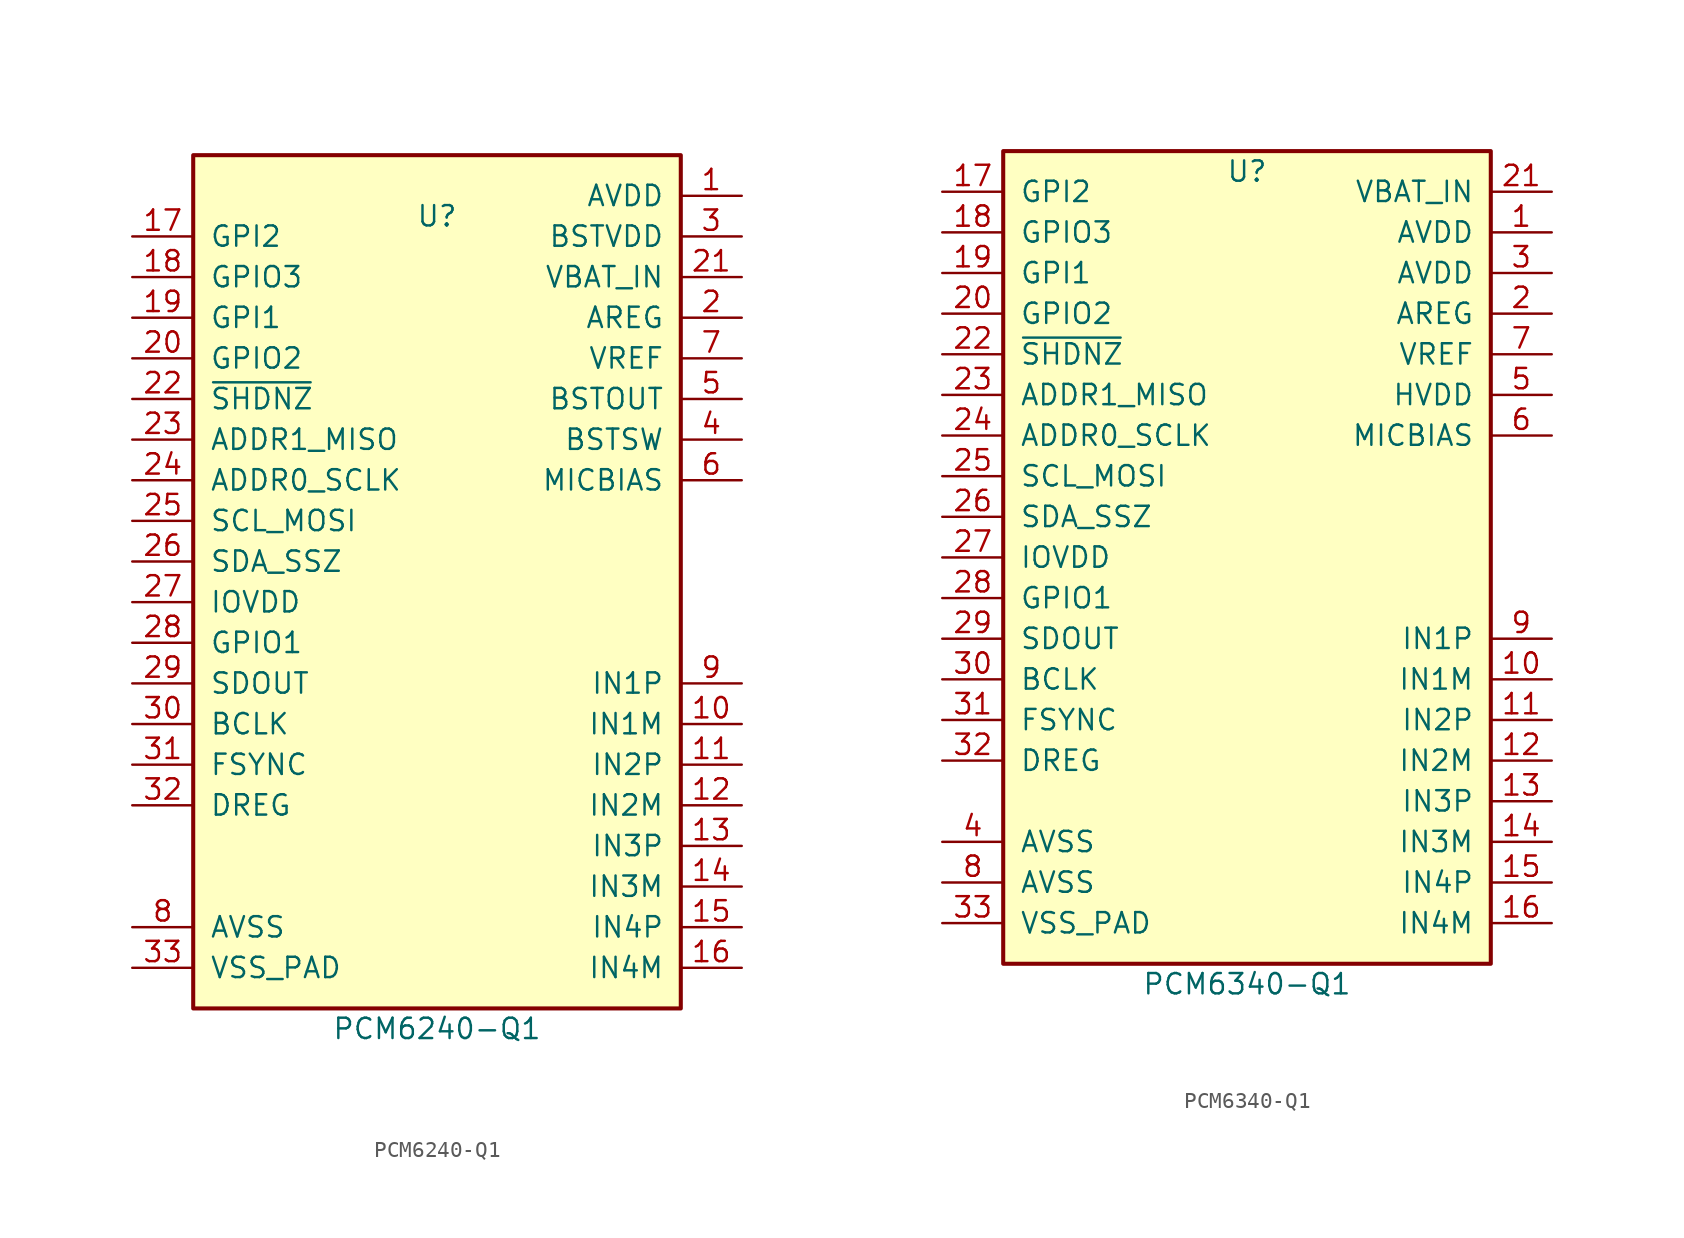
<source format=kicad_sym>
(kicad_symbol_lib
  (version 20211014)
  (generator kicad_symbol_editor)
  (symbol "PCM6240-Q1"
    (pin_names
      (offset 1.016))
    (property "Reference" "U"
      (at 0 -1.27 0)
      (effects (font (size 1.27 1.27))))
    (property "Value" "PCM6240-Q1"
      (at 0 -52.07 0)
      (effects (font (size 1.27 1.27))))
    (symbol "PCM6240-Q1_0_1"
      (rectangle (start -15.24 2.54) (end 15.24 -50.8) (stroke (width 0.254) (type default) (color 0 0 0 0)) (fill (type background))))
    (symbol "PCM6240-Q1_1_1"
      (pin power_in line (at 19.05 0 180) (length 3.81) (name "AVDD" (effects (font (size 1.27 1.27)))) (number "1" (effects (font (size 1.27 1.27)))))
      (pin input line (at 19.05 -33.02 180) (length 3.81) (name "IN1M" (effects (font (size 1.27 1.27)))) (number "10" (effects (font (size 1.27 1.27)))))
      (pin input line (at 19.05 -35.56 180) (length 3.81) (name "IN2P" (effects (font (size 1.27 1.27)))) (number "11" (effects (font (size 1.27 1.27)))))
      (pin input line (at 19.05 -38.1 180) (length 3.81) (name "IN2M" (effects (font (size 1.27 1.27)))) (number "12" (effects (font (size 1.27 1.27)))))
      (pin input line (at 19.05 -40.64 180) (length 3.81) (name "IN3P" (effects (font (size 1.27 1.27)))) (number "13" (effects (font (size 1.27 1.27)))))
      (pin input line (at 19.05 -43.18 180) (length 3.81) (name "IN3M" (effects (font (size 1.27 1.27)))) (number "14" (effects (font (size 1.27 1.27)))))
      (pin input line (at 19.05 -45.72 180) (length 3.81) (name "IN4P" (effects (font (size 1.27 1.27)))) (number "15" (effects (font (size 1.27 1.27)))))
      (pin input line (at 19.05 -48.26 180) (length 3.81) (name "IN4M" (effects (font (size 1.27 1.27)))) (number "16" (effects (font (size 1.27 1.27)))))
      (pin input line (at -19.05 -2.54 0) (length 3.81) (name "GPI2" (effects (font (size 1.27 1.27)))) (number "17" (effects (font (size 1.27 1.27)))))
      (pin bidirectional line (at -19.05 -5.08 0) (length 3.81) (name "GPIO3" (effects (font (size 1.27 1.27)))) (number "18" (effects (font (size 1.27 1.27)))))
      (pin input line (at -19.05 -7.62 0) (length 3.81) (name "GPI1" (effects (font (size 1.27 1.27)))) (number "19" (effects (font (size 1.27 1.27)))))
      (pin power_out line (at 19.05 -7.62 180) (length 3.81) (name "AREG" (effects (font (size 1.27 1.27)))) (number "2" (effects (font (size 1.27 1.27)))))
      (pin bidirectional line (at -19.05 -10.16 0) (length 3.81) (name "GPIO2" (effects (font (size 1.27 1.27)))) (number "20" (effects (font (size 1.27 1.27)))))
      (pin input line (at 19.05 -5.08 180) (length 3.81) (name "VBAT_IN" (effects (font (size 1.27 1.27)))) (number "21" (effects (font (size 1.27 1.27)))))
      (pin input line (at -19.05 -12.7 0) (length 3.81) (name "~{SHDNZ}" (effects (font (size 1.27 1.27)))) (number "22" (effects (font (size 1.27 1.27)))))
      (pin bidirectional line (at -19.05 -15.24 0) (length 3.81) (name "ADDR1_MISO" (effects (font (size 1.27 1.27)))) (number "23" (effects (font (size 1.27 1.27)))))
      (pin input line (at -19.05 -17.78 0) (length 3.81) (name "ADDR0_SCLK" (effects (font (size 1.27 1.27)))) (number "24" (effects (font (size 1.27 1.27)))))
      (pin input line (at -19.05 -20.32 0) (length 3.81) (name "SCL_MOSI" (effects (font (size 1.27 1.27)))) (number "25" (effects (font (size 1.27 1.27)))))
      (pin bidirectional line (at -19.05 -22.86 0) (length 3.81) (name "SDA_SSZ" (effects (font (size 1.27 1.27)))) (number "26" (effects (font (size 1.27 1.27)))))
      (pin power_in line (at -19.05 -25.4 0) (length 3.81) (name "IOVDD" (effects (font (size 1.27 1.27)))) (number "27" (effects (font (size 1.27 1.27)))))
      (pin bidirectional line (at -19.05 -27.94 0) (length 3.81) (name "GPIO1" (effects (font (size 1.27 1.27)))) (number "28" (effects (font (size 1.27 1.27)))))
      (pin output line (at -19.05 -30.48 0) (length 3.81) (name "SDOUT" (effects (font (size 1.27 1.27)))) (number "29" (effects (font (size 1.27 1.27)))))
      (pin power_in line (at 19.05 -2.54 180) (length 3.81) (name "BSTVDD" (effects (font (size 1.27 1.27)))) (number "3" (effects (font (size 1.27 1.27)))))
      (pin bidirectional line (at -19.05 -33.02 0) (length 3.81) (name "BCLK" (effects (font (size 1.27 1.27)))) (number "30" (effects (font (size 1.27 1.27)))))
      (pin bidirectional line (at -19.05 -35.56 0) (length 3.81) (name "FSYNC" (effects (font (size 1.27 1.27)))) (number "31" (effects (font (size 1.27 1.27)))))
      (pin passive line (at -19.05 -38.1 0) (length 3.81) (name "DREG" (effects (font (size 1.27 1.27)))) (number "32" (effects (font (size 1.27 1.27)))))
      (pin power_out line (at -19.05 -48.26 0) (length 3.81) (name "VSS_PAD" (effects (font (size 1.27 1.27)))) (number "33" (effects (font (size 1.27 1.27)))))
      (pin power_out line (at 19.05 -15.24 180) (length 3.81) (name "BSTSW" (effects (font (size 1.27 1.27)))) (number "4" (effects (font (size 1.27 1.27)))))
      (pin power_out line (at 19.05 -12.7 180) (length 3.81) (name "BSTOUT" (effects (font (size 1.27 1.27)))) (number "5" (effects (font (size 1.27 1.27)))))
      (pin power_out line (at 19.05 -17.78 180) (length 3.81) (name "MICBIAS" (effects (font (size 1.27 1.27)))) (number "6" (effects (font (size 1.27 1.27)))))
      (pin passive line (at 19.05 -10.16 180) (length 3.81) (name "VREF" (effects (font (size 1.27 1.27)))) (number "7" (effects (font (size 1.27 1.27)))))
      (pin power_out line (at -19.05 -45.72 0) (length 3.81) (name "AVSS" (effects (font (size 1.27 1.27)))) (number "8" (effects (font (size 1.27 1.27)))))
      (pin input line (at 19.05 -30.48 180) (length 3.81) (name "IN1P" (effects (font (size 1.27 1.27)))) (number "9" (effects (font (size 1.27 1.27)))))))
  (symbol "PCM6340-Q1"
    (pin_names
      (offset 1.016))
    (property "Reference" "U"
      (at 0 -1.27 0)
      (effects (font (size 1.27 1.27))))
    (property "Value" "PCM6340-Q1"
      (at 0 -52.07 0)
      (effects (font (size 1.27 1.27))))
    (symbol "PCM6340-Q1_0_1"
      (rectangle (start -15.24 0) (end 15.24 -50.8) (stroke (width 0.254) (type default) (color 0 0 0 0)) (fill (type background))))
    (symbol "PCM6340-Q1_1_1"
      (pin power_in line (at 19.05 -5.08 180) (length 3.81) (name "AVDD" (effects (font (size 1.27 1.27)))) (number "1" (effects (font (size 1.27 1.27)))))
      (pin input line (at 19.05 -33.02 180) (length 3.81) (name "IN1M" (effects (font (size 1.27 1.27)))) (number "10" (effects (font (size 1.27 1.27)))))
      (pin input line (at 19.05 -35.56 180) (length 3.81) (name "IN2P" (effects (font (size 1.27 1.27)))) (number "11" (effects (font (size 1.27 1.27)))))
      (pin input line (at 19.05 -38.1 180) (length 3.81) (name "IN2M" (effects (font (size 1.27 1.27)))) (number "12" (effects (font (size 1.27 1.27)))))
      (pin input line (at 19.05 -40.64 180) (length 3.81) (name "IN3P" (effects (font (size 1.27 1.27)))) (number "13" (effects (font (size 1.27 1.27)))))
      (pin input line (at 19.05 -43.18 180) (length 3.81) (name "IN3M" (effects (font (size 1.27 1.27)))) (number "14" (effects (font (size 1.27 1.27)))))
      (pin input line (at 19.05 -45.72 180) (length 3.81) (name "IN4P" (effects (font (size 1.27 1.27)))) (number "15" (effects (font (size 1.27 1.27)))))
      (pin input line (at 19.05 -48.26 180) (length 3.81) (name "IN4M" (effects (font (size 1.27 1.27)))) (number "16" (effects (font (size 1.27 1.27)))))
      (pin input line (at -19.05 -2.54 0) (length 3.81) (name "GPI2" (effects (font (size 1.27 1.27)))) (number "17" (effects (font (size 1.27 1.27)))))
      (pin bidirectional line (at -19.05 -5.08 0) (length 3.81) (name "GPIO3" (effects (font (size 1.27 1.27)))) (number "18" (effects (font (size 1.27 1.27)))))
      (pin input line (at -19.05 -7.62 0) (length 3.81) (name "GPI1" (effects (font (size 1.27 1.27)))) (number "19" (effects (font (size 1.27 1.27)))))
      (pin power_out line (at 19.05 -10.16 180) (length 3.81) (name "AREG" (effects (font (size 1.27 1.27)))) (number "2" (effects (font (size 1.27 1.27)))))
      (pin bidirectional line (at -19.05 -10.16 0) (length 3.81) (name "GPIO2" (effects (font (size 1.27 1.27)))) (number "20" (effects (font (size 1.27 1.27)))))
      (pin input line (at 19.05 -2.54 180) (length 3.81) (name "VBAT_IN" (effects (font (size 1.27 1.27)))) (number "21" (effects (font (size 1.27 1.27)))))
      (pin input line (at -19.05 -12.7 0) (length 3.81) (name "~{SHDNZ}" (effects (font (size 1.27 1.27)))) (number "22" (effects (font (size 1.27 1.27)))))
      (pin bidirectional line (at -19.05 -15.24 0) (length 3.81) (name "ADDR1_MISO" (effects (font (size 1.27 1.27)))) (number "23" (effects (font (size 1.27 1.27)))))
      (pin input line (at -19.05 -17.78 0) (length 3.81) (name "ADDR0_SCLK" (effects (font (size 1.27 1.27)))) (number "24" (effects (font (size 1.27 1.27)))))
      (pin input line (at -19.05 -20.32 0) (length 3.81) (name "SCL_MOSI" (effects (font (size 1.27 1.27)))) (number "25" (effects (font (size 1.27 1.27)))))
      (pin bidirectional line (at -19.05 -22.86 0) (length 3.81) (name "SDA_SSZ" (effects (font (size 1.27 1.27)))) (number "26" (effects (font (size 1.27 1.27)))))
      (pin power_in line (at -19.05 -25.4 0) (length 3.81) (name "IOVDD" (effects (font (size 1.27 1.27)))) (number "27" (effects (font (size 1.27 1.27)))))
      (pin bidirectional line (at -19.05 -27.94 0) (length 3.81) (name "GPIO1" (effects (font (size 1.27 1.27)))) (number "28" (effects (font (size 1.27 1.27)))))
      (pin output line (at -19.05 -30.48 0) (length 3.81) (name "SDOUT" (effects (font (size 1.27 1.27)))) (number "29" (effects (font (size 1.27 1.27)))))
      (pin power_in line (at 19.05 -7.62 180) (length 3.81) (name "AVDD" (effects (font (size 1.27 1.27)))) (number "3" (effects (font (size 1.27 1.27)))))
      (pin bidirectional line (at -19.05 -33.02 0) (length 3.81) (name "BCLK" (effects (font (size 1.27 1.27)))) (number "30" (effects (font (size 1.27 1.27)))))
      (pin bidirectional line (at -19.05 -35.56 0) (length 3.81) (name "FSYNC" (effects (font (size 1.27 1.27)))) (number "31" (effects (font (size 1.27 1.27)))))
      (pin passive line (at -19.05 -38.1 0) (length 3.81) (name "DREG" (effects (font (size 1.27 1.27)))) (number "32" (effects (font (size 1.27 1.27)))))
      (pin power_out line (at -19.05 -48.26 0) (length 3.81) (name "VSS_PAD" (effects (font (size 1.27 1.27)))) (number "33" (effects (font (size 1.27 1.27)))))
      (pin power_out line (at -19.05 -43.18 0) (length 3.81) (name "AVSS" (effects (font (size 1.27 1.27)))) (number "4" (effects (font (size 1.27 1.27)))))
      (pin input line (at 19.05 -15.24 180) (length 3.81) (name "HVDD" (effects (font (size 1.27 1.27)))) (number "5" (effects (font (size 1.27 1.27)))))
      (pin power_out line (at 19.05 -17.78 180) (length 3.81) (name "MICBIAS" (effects (font (size 1.27 1.27)))) (number "6" (effects (font (size 1.27 1.27)))))
      (pin passive line (at 19.05 -12.7 180) (length 3.81) (name "VREF" (effects (font (size 1.27 1.27)))) (number "7" (effects (font (size 1.27 1.27)))))
      (pin power_out line (at -19.05 -45.72 0) (length 3.81) (name "AVSS" (effects (font (size 1.27 1.27)))) (number "8" (effects (font (size 1.27 1.27)))))
      (pin input line (at 19.05 -30.48 180) (length 3.81) (name "IN1P" (effects (font (size 1.27 1.27)))) (number "9" (effects (font (size 1.27 1.27))))))))
</source>
